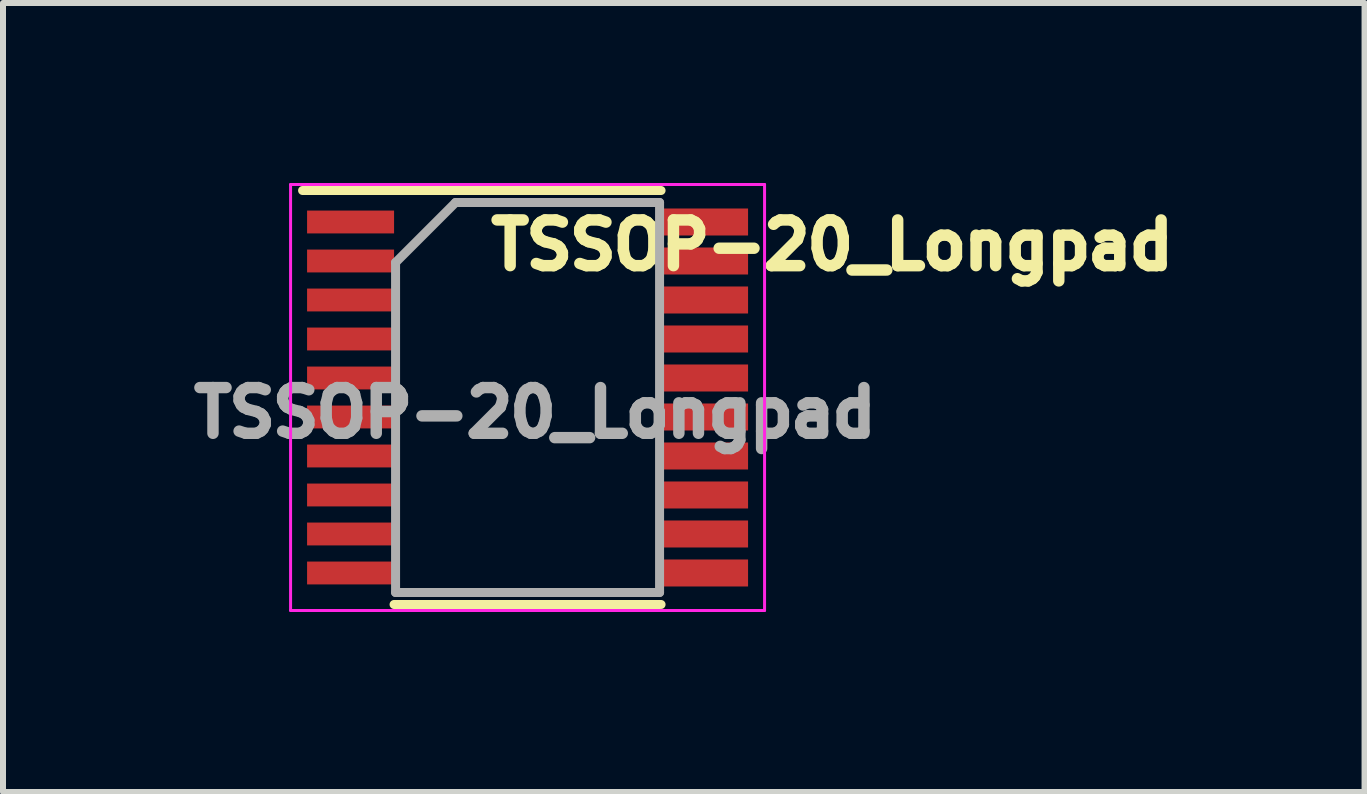
<source format=kicad_pcb>
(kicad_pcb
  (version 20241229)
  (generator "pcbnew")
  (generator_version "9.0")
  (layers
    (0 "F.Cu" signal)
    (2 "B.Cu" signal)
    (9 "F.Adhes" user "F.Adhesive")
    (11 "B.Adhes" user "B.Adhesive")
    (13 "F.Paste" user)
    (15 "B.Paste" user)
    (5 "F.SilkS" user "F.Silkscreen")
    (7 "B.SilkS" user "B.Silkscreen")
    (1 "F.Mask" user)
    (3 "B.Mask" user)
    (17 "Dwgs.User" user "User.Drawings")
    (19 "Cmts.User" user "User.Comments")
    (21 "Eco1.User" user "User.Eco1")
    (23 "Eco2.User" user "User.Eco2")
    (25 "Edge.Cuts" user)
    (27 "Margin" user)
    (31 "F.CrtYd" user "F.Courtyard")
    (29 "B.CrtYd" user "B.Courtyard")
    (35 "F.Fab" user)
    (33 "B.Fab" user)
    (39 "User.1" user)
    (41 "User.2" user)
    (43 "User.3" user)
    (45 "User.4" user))
  (footprint "TSSOP-20_Longpad"
    (layer "F.Cu")
    (at 5.743 3.575)
    (property "Reference" "TSSOP-20_Longpad" (at 5.08 -2.54 0) (layer "F.SilkS") (effects (font (size 0.762 0.762) (thickness 0.191))))
    (attr smd)
    (fp_line (start -3.75 -3.45) (end 2.225 -3.45) (stroke (width 0.15) (type solid)) (layer "F.SilkS"))
    (fp_line (start -2.225 3.45) (end 2.225 3.45) (stroke (width 0.15) (type solid)) (layer "F.SilkS"))
    (fp_line (start -3.95 -3.55) (end -3.95 3.55) (stroke (width 0.05) (type solid)) (layer "F.CrtYd"))
    (fp_line (start -3.95 -3.55) (end 3.95 -3.55) (stroke (width 0.05) (type solid)) (layer "F.CrtYd"))
    (fp_line (start -3.95 3.55) (end 3.95 3.55) (stroke (width 0.05) (type solid)) (layer "F.CrtYd"))
    (fp_line (start 3.95 -3.55) (end 3.95 3.55) (stroke (width 0.05) (type solid)) (layer "F.CrtYd"))
    (fp_line (start -2.2 -2.25) (end -1.2 -3.25) (stroke (width 0.15) (type solid)) (layer "F.Fab"))
    (fp_line (start -2.2 3.25) (end -2.2 -2.25) (stroke (width 0.15) (type solid)) (layer "F.Fab"))
    (fp_line (start -1.2 -3.25) (end 2.2 -3.25) (stroke (width 0.15) (type solid)) (layer "F.Fab"))
    (fp_line (start 2.2 -3.25) (end 2.2 3.25) (stroke (width 0.15) (type solid)) (layer "F.Fab"))
    (fp_line (start 2.2 3.25) (end -2.2 3.25) (stroke (width 0.15) (type solid)) (layer "F.Fab"))
    (fp_text user "${REFERENCE}" (at 0.127 0.254 0) (layer "F.Fab") (effects (font (size 0.762 0.762) (thickness 0.191))))
    (pad "1" smd rect (at -2.95 -2.925) (size 1.45 0.381) (layers "F.Cu" "F.Mask" "F.Paste"))
    (pad "2" smd rect (at -2.95 -2.275) (size 1.45 0.381) (layers "F.Cu" "F.Mask" "F.Paste"))
    (pad "3" smd rect (at -2.95 -1.625) (size 1.45 0.381) (layers "F.Cu" "F.Mask" "F.Paste"))
    (pad "4" smd rect (at -2.95 -0.975) (size 1.45 0.381) (layers "F.Cu" "F.Mask" "F.Paste"))
    (pad "5" smd rect (at -2.95 -0.325) (size 1.45 0.381) (layers "F.Cu" "F.Mask" "F.Paste"))
    (pad "6" smd rect (at -2.95 0.325) (size 1.45 0.381) (layers "F.Cu" "F.Mask" "F.Paste"))
    (pad "7" smd rect (at -2.95 0.975) (size 1.45 0.381) (layers "F.Cu" "F.Mask" "F.Paste"))
    (pad "8" smd rect (at -2.95 1.625) (size 1.45 0.381) (layers "F.Cu" "F.Mask" "F.Paste"))
    (pad "9" smd rect (at -2.95 2.275) (size 1.45 0.381) (layers "F.Cu" "F.Mask" "F.Paste"))
    (pad "10" smd rect (at -2.95 2.925) (size 1.45 0.381) (layers "F.Cu" "F.Mask" "F.Paste"))
    (pad "11" smd rect (at 2.95 2.925) (size 1.45 0.45) (layers "F.Cu" "F.Mask" "F.Paste"))
    (pad "12" smd rect (at 2.95 2.275) (size 1.45 0.45) (layers "F.Cu" "F.Mask" "F.Paste"))
    (pad "13" smd rect (at 2.95 1.625) (size 1.45 0.45) (layers "F.Cu" "F.Mask" "F.Paste"))
    (pad "14" smd rect (at 2.95 0.975) (size 1.45 0.45) (layers "F.Cu" "F.Mask" "F.Paste"))
    (pad "15" smd rect (at 2.95 0.325) (size 1.45 0.45) (layers "F.Cu" "F.Mask" "F.Paste"))
    (pad "16" smd rect (at 2.95 -0.325) (size 1.45 0.45) (layers "F.Cu" "F.Mask" "F.Paste"))
    (pad "17" smd rect (at 2.95 -0.975) (size 1.45 0.45) (layers "F.Cu" "F.Mask" "F.Paste"))
    (pad "18" smd rect (at 2.95 -1.625) (size 1.45 0.45) (layers "F.Cu" "F.Mask" "F.Paste"))
    (pad "19" smd rect (at 2.95 -2.275) (size 1.45 0.45) (layers "F.Cu" "F.Mask" "F.Paste"))
    (pad "20" smd rect (at 2.95 -2.925) (size 1.45 0.45) (layers "F.Cu" "F.Mask" "F.Paste")))
  (gr_rect
    (start -3 -3)
    (end 19.693 10.15)
    (stroke (width 0.1) (type default))
    (fill no)
    (layer "Edge.Cuts")))
</source>
